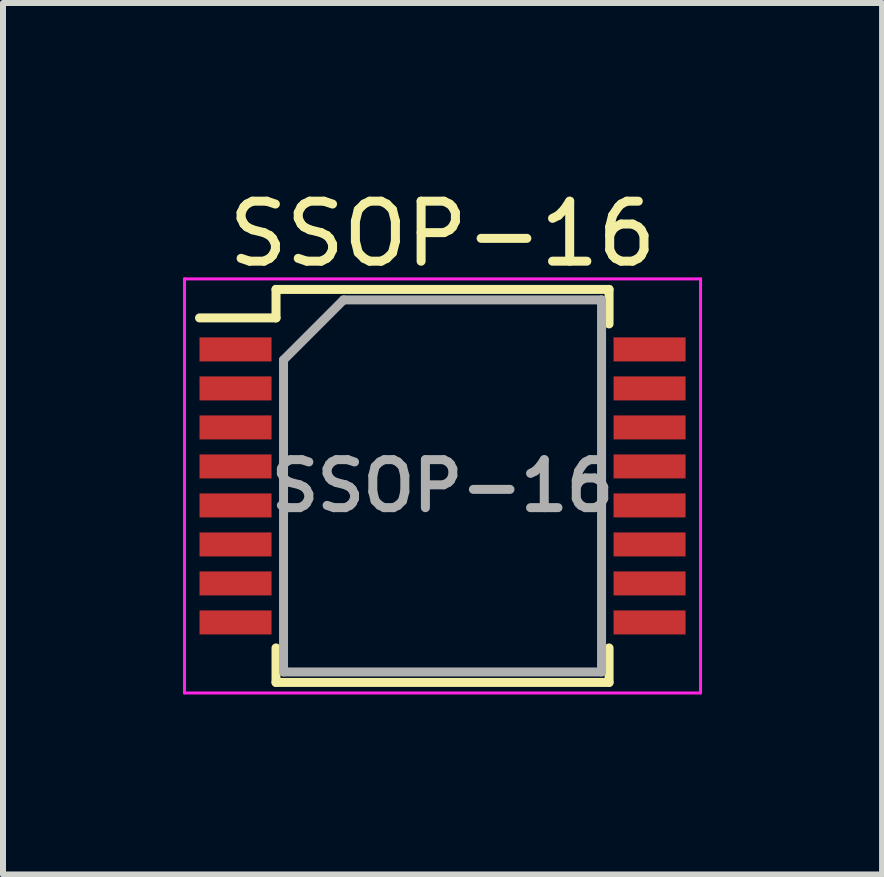
<source format=kicad_pcb>
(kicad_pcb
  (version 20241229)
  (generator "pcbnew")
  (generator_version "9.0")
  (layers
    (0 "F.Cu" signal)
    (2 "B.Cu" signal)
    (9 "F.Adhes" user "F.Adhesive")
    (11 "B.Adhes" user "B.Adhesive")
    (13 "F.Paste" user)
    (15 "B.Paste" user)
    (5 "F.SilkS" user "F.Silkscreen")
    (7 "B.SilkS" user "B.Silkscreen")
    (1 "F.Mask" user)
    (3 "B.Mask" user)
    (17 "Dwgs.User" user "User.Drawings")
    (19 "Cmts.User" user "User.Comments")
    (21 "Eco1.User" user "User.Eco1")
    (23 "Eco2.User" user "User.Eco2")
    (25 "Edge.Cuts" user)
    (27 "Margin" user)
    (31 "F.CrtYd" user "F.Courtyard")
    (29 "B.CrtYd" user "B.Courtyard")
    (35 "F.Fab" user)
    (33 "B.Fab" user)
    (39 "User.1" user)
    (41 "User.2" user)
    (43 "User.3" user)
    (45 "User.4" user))
  (footprint "SSOP-16"
    (layer "F.Cu")
    (at 4.325 5.048)
    (property "Reference" "SSOP-16" (at 0 -4.2 0) (layer "F.SilkS") (effects (font (size 1 1) (thickness 0.15))))
    (attr smd)
    (fp_line (start -2.775 -3.275) (end -2.775 -2.8) (stroke (width 0.15) (type solid)) (layer "F.SilkS"))
    (fp_line (start -2.775 -3.275) (end 2.775 -3.275) (stroke (width 0.15) (type solid)) (layer "F.SilkS"))
    (fp_line (start -2.775 -2.8) (end -4.05 -2.8) (stroke (width 0.15) (type solid)) (layer "F.SilkS"))
    (fp_line (start -2.775 3.275) (end -2.775 2.7) (stroke (width 0.15) (type solid)) (layer "F.SilkS"))
    (fp_line (start -2.775 3.275) (end 2.775 3.275) (stroke (width 0.15) (type solid)) (layer "F.SilkS"))
    (fp_line (start 2.775 -3.275) (end 2.775 -2.7) (stroke (width 0.15) (type solid)) (layer "F.SilkS"))
    (fp_line (start 2.775 3.275) (end 2.775 2.7) (stroke (width 0.15) (type solid)) (layer "F.SilkS"))
    (fp_line (start -4.3 -3.45) (end -4.3 3.45) (stroke (width 0.05) (type solid)) (layer "F.CrtYd"))
    (fp_line (start -4.3 -3.45) (end 4.3 -3.45) (stroke (width 0.05) (type solid)) (layer "F.CrtYd"))
    (fp_line (start -4.3 3.45) (end 4.3 3.45) (stroke (width 0.05) (type solid)) (layer "F.CrtYd"))
    (fp_line (start 4.3 -3.45) (end 4.3 3.45) (stroke (width 0.05) (type solid)) (layer "F.CrtYd"))
    (fp_line (start -2.65 -2.1) (end -1.65 -3.1) (stroke (width 0.15) (type solid)) (layer "F.Fab"))
    (fp_line (start -2.65 3.1) (end -2.65 -2.1) (stroke (width 0.15) (type solid)) (layer "F.Fab"))
    (fp_line (start -1.65 -3.1) (end 2.65 -3.1) (stroke (width 0.15) (type solid)) (layer "F.Fab"))
    (fp_line (start 2.65 -3.1) (end 2.65 3.1) (stroke (width 0.15) (type solid)) (layer "F.Fab"))
    (fp_line (start 2.65 3.1) (end -2.65 3.1) (stroke (width 0.15) (type solid)) (layer "F.Fab"))
    (fp_text user "${REFERENCE}" (at 0 0 0) (layer "F.Fab") (effects (font (size 0.8 0.8) (thickness 0.15))))
    (pad "1" smd rect (at -3.45 -2.275) (size 1.2 0.4) (layers "F.Cu" "F.Mask" "F.Paste"))
    (pad "2" smd rect (at -3.45 -1.625) (size 1.2 0.4) (layers "F.Cu" "F.Mask" "F.Paste"))
    (pad "3" smd rect (at -3.45 -0.975) (size 1.2 0.4) (layers "F.Cu" "F.Mask" "F.Paste"))
    (pad "4" smd rect (at -3.45 -0.325) (size 1.2 0.4) (layers "F.Cu" "F.Mask" "F.Paste"))
    (pad "5" smd rect (at -3.45 0.325) (size 1.2 0.4) (layers "F.Cu" "F.Mask" "F.Paste"))
    (pad "6" smd rect (at -3.45 0.975) (size 1.2 0.4) (layers "F.Cu" "F.Mask" "F.Paste"))
    (pad "7" smd rect (at -3.45 1.625) (size 1.2 0.4) (layers "F.Cu" "F.Mask" "F.Paste"))
    (pad "8" smd rect (at -3.45 2.275) (size 1.2 0.4) (layers "F.Cu" "F.Mask" "F.Paste"))
    (pad "9" smd rect (at 3.45 2.275) (size 1.2 0.4) (layers "F.Cu" "F.Mask" "F.Paste"))
    (pad "10" smd rect (at 3.45 1.625) (size 1.2 0.4) (layers "F.Cu" "F.Mask" "F.Paste"))
    (pad "11" smd rect (at 3.45 0.975) (size 1.2 0.4) (layers "F.Cu" "F.Mask" "F.Paste"))
    (pad "12" smd rect (at 3.45 0.325) (size 1.2 0.4) (layers "F.Cu" "F.Mask" "F.Paste"))
    (pad "13" smd rect (at 3.45 -0.325) (size 1.2 0.4) (layers "F.Cu" "F.Mask" "F.Paste"))
    (pad "14" smd rect (at 3.45 -0.975) (size 1.2 0.4) (layers "F.Cu" "F.Mask" "F.Paste"))
    (pad "15" smd rect (at 3.45 -1.625) (size 1.2 0.4) (layers "F.Cu" "F.Mask" "F.Paste"))
    (pad "16" smd rect (at 3.45 -2.275) (size 1.2 0.4) (layers "F.Cu" "F.Mask" "F.Paste")))
  (gr_rect
    (start -3 -3)
    (end 11.65 11.523)
    (stroke (width 0.1) (type default))
    (fill no)
    (layer "Edge.Cuts")))
</source>
